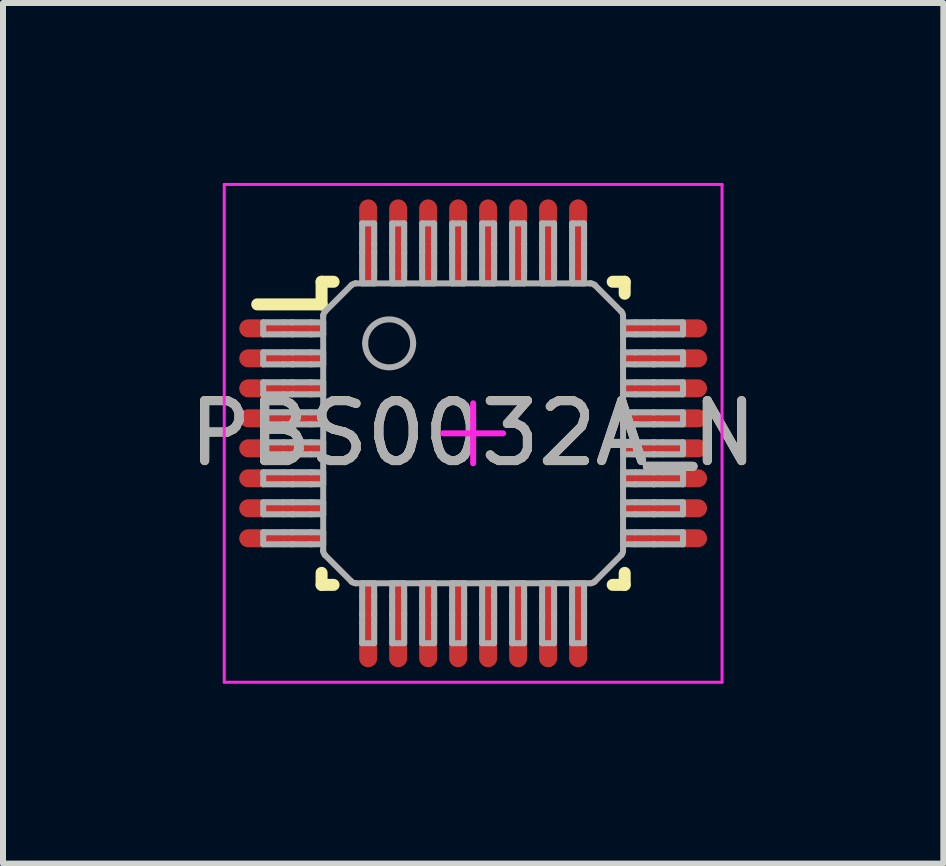
<source format=kicad_pcb>
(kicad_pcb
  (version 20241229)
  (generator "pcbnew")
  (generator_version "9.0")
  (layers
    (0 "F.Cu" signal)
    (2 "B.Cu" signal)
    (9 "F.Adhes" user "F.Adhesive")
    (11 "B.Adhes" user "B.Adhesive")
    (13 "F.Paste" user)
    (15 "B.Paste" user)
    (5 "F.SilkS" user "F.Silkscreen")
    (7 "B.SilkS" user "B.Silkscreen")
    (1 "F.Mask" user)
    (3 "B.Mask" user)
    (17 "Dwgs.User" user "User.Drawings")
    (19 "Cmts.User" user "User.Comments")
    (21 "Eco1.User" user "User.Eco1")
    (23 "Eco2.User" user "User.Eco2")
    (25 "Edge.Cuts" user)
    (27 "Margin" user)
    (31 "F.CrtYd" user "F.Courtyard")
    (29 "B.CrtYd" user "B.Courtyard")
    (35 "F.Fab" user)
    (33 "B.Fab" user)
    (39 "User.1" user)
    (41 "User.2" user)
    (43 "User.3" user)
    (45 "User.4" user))
  (footprint "PBS0032A_N"
    (layer "F.Cu")
    (at 4.839 4.175)
    (property "Reference" "PBS0032A_N" (at 0 0 0) (unlocked yes) (layer "F.SilkS") (effects (font (size 1 1) (thickness 0.15))))
    (attr smd)
    (fp_line (start -3.6 -2.15) (end -2.527 -2.15) (stroke (width 0.2) (type solid)) (layer "F.SilkS"))
    (fp_line (start -2.527 -2.527) (end -2.327 -2.527) (stroke (width 0.2) (type solid)) (layer "F.SilkS"))
    (fp_line (start -2.527 -2.15) (end -2.527 -2.527) (stroke (width 0.2) (type solid)) (layer "F.SilkS"))
    (fp_line (start -2.527 2.527) (end -2.527 2.327) (stroke (width 0.2) (type solid)) (layer "F.SilkS"))
    (fp_line (start -2.527 2.527) (end -2.327 2.527) (stroke (width 0.2) (type solid)) (layer "F.SilkS"))
    (fp_line (start 2.327 -2.527) (end 2.527 -2.527) (stroke (width 0.2) (type solid)) (layer "F.SilkS"))
    (fp_line (start 2.327 2.527) (end 2.527 2.527) (stroke (width 0.2) (type solid)) (layer "F.SilkS"))
    (fp_line (start 2.527 -2.327) (end 2.527 -2.527) (stroke (width 0.2) (type solid)) (layer "F.SilkS"))
    (fp_line (start 2.527 2.527) (end 2.527 2.327) (stroke (width 0.2) (type solid)) (layer "F.SilkS"))
    (fp_line (start -4.15 -4.15) (end 4.15 -4.15) (stroke (width 0.05) (type solid)) (layer "F.CrtYd"))
    (fp_line (start -4.15 4.15) (end -4.15 -4.15) (stroke (width 0.05) (type solid)) (layer "F.CrtYd"))
    (fp_line (start -4.15 4.15) (end 4.15 4.15) (stroke (width 0.05) (type solid)) (layer "F.CrtYd"))
    (fp_line (start -0.5 0.000003) (end 0.5 0.000003) (stroke (width 0.1) (type solid)) (layer "F.CrtYd"))
    (fp_line (start 0 0.5) (end 0 -0.5) (stroke (width 0.1) (type solid)) (layer "F.CrtYd"))
    (fp_line (start 4.15 4.15) (end 4.15 -4.15) (stroke (width 0.05) (type solid)) (layer "F.CrtYd"))
    (fp_line (start -3.5 -1.85) (end -3.16 -1.85) (stroke (width 0.1) (type solid)) (layer "F.Fab"))
    (fp_line (start -3.5 -1.65) (end -3.5 -1.85) (stroke (width 0.1) (type solid)) (layer "F.Fab"))
    (fp_line (start -3.5 -1.65) (end -3.16 -1.65) (stroke (width 0.1) (type solid)) (layer "F.Fab"))
    (fp_line (start -3.5 -1.35) (end -3.16 -1.35) (stroke (width 0.1) (type solid)) (layer "F.Fab"))
    (fp_line (start -3.5 -1.15) (end -3.5 -1.35) (stroke (width 0.1) (type solid)) (layer "F.Fab"))
    (fp_line (start -3.5 -1.15) (end -3.16 -1.15) (stroke (width 0.1) (type solid)) (layer "F.Fab"))
    (fp_line (start -3.5 -0.85) (end -3.16 -0.85) (stroke (width 0.1) (type solid)) (layer "F.Fab"))
    (fp_line (start -3.5 -0.65) (end -3.5 -0.85) (stroke (width 0.1) (type solid)) (layer "F.Fab"))
    (fp_line (start -3.5 -0.65) (end -3.16 -0.65) (stroke (width 0.1) (type solid)) (layer "F.Fab"))
    (fp_line (start -3.5 -0.35) (end -3.16 -0.35) (stroke (width 0.1) (type solid)) (layer "F.Fab"))
    (fp_line (start -3.5 -0.15) (end -3.5 -0.35) (stroke (width 0.1) (type solid)) (layer "F.Fab"))
    (fp_line (start -3.5 -0.15) (end -3.16 -0.15) (stroke (width 0.1) (type solid)) (layer "F.Fab"))
    (fp_line (start -3.5 0.15) (end -3.16 0.15) (stroke (width 0.1) (type solid)) (layer "F.Fab"))
    (fp_line (start -3.5 0.35) (end -3.5 0.15) (stroke (width 0.1) (type solid)) (layer "F.Fab"))
    (fp_line (start -3.5 0.35) (end -3.16 0.35) (stroke (width 0.1) (type solid)) (layer "F.Fab"))
    (fp_line (start -3.5 0.65) (end -3.16 0.65) (stroke (width 0.1) (type solid)) (layer "F.Fab"))
    (fp_line (start -3.5 0.85) (end -3.5 0.65) (stroke (width 0.1) (type solid)) (layer "F.Fab"))
    (fp_line (start -3.5 0.85) (end -3.16 0.85) (stroke (width 0.1) (type solid)) (layer "F.Fab"))
    (fp_line (start -3.5 1.15) (end -3.16 1.15) (stroke (width 0.1) (type solid)) (layer "F.Fab"))
    (fp_line (start -3.5 1.35) (end -3.5 1.15) (stroke (width 0.1) (type solid)) (layer "F.Fab"))
    (fp_line (start -3.5 1.35) (end -3.16 1.35) (stroke (width 0.1) (type solid)) (layer "F.Fab"))
    (fp_line (start -3.5 1.65) (end -3.16 1.65) (stroke (width 0.1) (type solid)) (layer "F.Fab"))
    (fp_line (start -3.5 1.85) (end -3.5 1.65) (stroke (width 0.1) (type solid)) (layer "F.Fab"))
    (fp_line (start -3.5 1.85) (end -3.16 1.85) (stroke (width 0.1) (type solid)) (layer "F.Fab"))
    (fp_line (start -3.16 -1.85) (end -3.023 -1.85) (stroke (width 0.1) (type solid)) (layer "F.Fab"))
    (fp_line (start -3.16 -1.65) (end -3.023 -1.65) (stroke (width 0.1) (type solid)) (layer "F.Fab"))
    (fp_line (start -3.16 -1.35) (end -3.023 -1.35) (stroke (width 0.1) (type solid)) (layer "F.Fab"))
    (fp_line (start -3.16 -1.15) (end -3.023 -1.15) (stroke (width 0.1) (type solid)) (layer "F.Fab"))
    (fp_line (start -3.16 -0.85) (end -3.023 -0.85) (stroke (width 0.1) (type solid)) (layer "F.Fab"))
    (fp_line (start -3.16 -0.65) (end -3.023 -0.65) (stroke (width 0.1) (type solid)) (layer "F.Fab"))
    (fp_line (start -3.16 -0.35) (end -3.023 -0.35) (stroke (width 0.1) (type solid)) (layer "F.Fab"))
    (fp_line (start -3.16 -0.15) (end -3.023 -0.15) (stroke (width 0.1) (type solid)) (layer "F.Fab"))
    (fp_line (start -3.16 0.15) (end -3.023 0.15) (stroke (width 0.1) (type solid)) (layer "F.Fab"))
    (fp_line (start -3.16 0.35) (end -3.023 0.35) (stroke (width 0.1) (type solid)) (layer "F.Fab"))
    (fp_line (start -3.16 0.65) (end -3.023 0.65) (stroke (width 0.1) (type solid)) (layer "F.Fab"))
    (fp_line (start -3.16 0.85) (end -3.023 0.85) (stroke (width 0.1) (type solid)) (layer "F.Fab"))
    (fp_line (start -3.16 1.15) (end -3.023 1.15) (stroke (width 0.1) (type solid)) (layer "F.Fab"))
    (fp_line (start -3.16 1.35) (end -3.023 1.35) (stroke (width 0.1) (type solid)) (layer "F.Fab"))
    (fp_line (start -3.16 1.65) (end -3.023 1.65) (stroke (width 0.1) (type solid)) (layer "F.Fab"))
    (fp_line (start -3.16 1.85) (end -3.023 1.85) (stroke (width 0.1) (type solid)) (layer "F.Fab"))
    (fp_line (start -3.023 -1.85) (end -3.002 -1.85) (stroke (width 0.1) (type solid)) (layer "F.Fab"))
    (fp_line (start -3.023 -1.65) (end -3.002 -1.65) (stroke (width 0.1) (type solid)) (layer "F.Fab"))
    (fp_line (start -3.023 -1.35) (end -3.002 -1.35) (stroke (width 0.1) (type solid)) (layer "F.Fab"))
    (fp_line (start -3.023 -1.15) (end -3.002 -1.15) (stroke (width 0.1) (type solid)) (layer "F.Fab"))
    (fp_line (start -3.023 -0.85) (end -3.002 -0.85) (stroke (width 0.1) (type solid)) (layer "F.Fab"))
    (fp_line (start -3.023 -0.65) (end -3.002 -0.65) (stroke (width 0.1) (type solid)) (layer "F.Fab"))
    (fp_line (start -3.023 -0.35) (end -3.002 -0.35) (stroke (width 0.1) (type solid)) (layer "F.Fab"))
    (fp_line (start -3.023 -0.15) (end -3.002 -0.15) (stroke (width 0.1) (type solid)) (layer "F.Fab"))
    (fp_line (start -3.023 0.15) (end -3.002 0.15) (stroke (width 0.1) (type solid)) (layer "F.Fab"))
    (fp_line (start -3.023 0.35) (end -3.002 0.35) (stroke (width 0.1) (type solid)) (layer "F.Fab"))
    (fp_line (start -3.023 0.65) (end -3.002 0.65) (stroke (width 0.1) (type solid)) (layer "F.Fab"))
    (fp_line (start -3.023 0.85) (end -3.002 0.85) (stroke (width 0.1) (type solid)) (layer "F.Fab"))
    (fp_line (start -3.023 1.15) (end -3.002 1.15) (stroke (width 0.1) (type solid)) (layer "F.Fab"))
    (fp_line (start -3.023 1.35) (end -3.002 1.35) (stroke (width 0.1) (type solid)) (layer "F.Fab"))
    (fp_line (start -3.023 1.65) (end -3.002 1.65) (stroke (width 0.1) (type solid)) (layer "F.Fab"))
    (fp_line (start -3.023 1.85) (end -3.002 1.85) (stroke (width 0.1) (type solid)) (layer "F.Fab"))
    (fp_line (start -3.002 -1.85) (end -2.706 -1.85) (stroke (width 0.1) (type solid)) (layer "F.Fab"))
    (fp_line (start -3.002 -1.65) (end -2.706 -1.65) (stroke (width 0.1) (type solid)) (layer "F.Fab"))
    (fp_line (start -3.002 -1.35) (end -2.706 -1.35) (stroke (width 0.1) (type solid)) (layer "F.Fab"))
    (fp_line (start -3.002 -1.15) (end -2.706 -1.15) (stroke (width 0.1) (type solid)) (layer "F.Fab"))
    (fp_line (start -3.002 -0.85) (end -2.706 -0.85) (stroke (width 0.1) (type solid)) (layer "F.Fab"))
    (fp_line (start -3.002 -0.65) (end -2.706 -0.65) (stroke (width 0.1) (type solid)) (layer "F.Fab"))
    (fp_line (start -3.002 -0.35) (end -2.706 -0.35) (stroke (width 0.1) (type solid)) (layer "F.Fab"))
    (fp_line (start -3.002 -0.15) (end -2.706 -0.15) (stroke (width 0.1) (type solid)) (layer "F.Fab"))
    (fp_line (start -3.002 0.15) (end -2.706 0.15) (stroke (width 0.1) (type solid)) (layer "F.Fab"))
    (fp_line (start -3.002 0.35) (end -2.706 0.35) (stroke (width 0.1) (type solid)) (layer "F.Fab"))
    (fp_line (start -3.002 0.65) (end -2.706 0.65) (stroke (width 0.1) (type solid)) (layer "F.Fab"))
    (fp_line (start -3.002 0.85) (end -2.706 0.85) (stroke (width 0.1) (type solid)) (layer "F.Fab"))
    (fp_line (start -3.002 1.15) (end -2.706 1.15) (stroke (width 0.1) (type solid)) (layer "F.Fab"))
    (fp_line (start -3.002 1.35) (end -2.706 1.35) (stroke (width 0.1) (type solid)) (layer "F.Fab"))
    (fp_line (start -3.002 1.65) (end -2.706 1.65) (stroke (width 0.1) (type solid)) (layer "F.Fab"))
    (fp_line (start -3.002 1.85) (end -2.706 1.85) (stroke (width 0.1) (type solid)) (layer "F.Fab"))
    (fp_line (start -2.706 -1.85) (end -2.5 -1.85) (stroke (width 0.1) (type solid)) (layer "F.Fab"))
    (fp_line (start -2.706 -1.65) (end -2.5 -1.65) (stroke (width 0.1) (type solid)) (layer "F.Fab"))
    (fp_line (start -2.706 -1.35) (end -2.5 -1.35) (stroke (width 0.1) (type solid)) (layer "F.Fab"))
    (fp_line (start -2.706 -1.15) (end -2.5 -1.15) (stroke (width 0.1) (type solid)) (layer "F.Fab"))
    (fp_line (start -2.706 -0.85) (end -2.5 -0.85) (stroke (width 0.1) (type solid)) (layer "F.Fab"))
    (fp_line (start -2.706 -0.65) (end -2.5 -0.65) (stroke (width 0.1) (type solid)) (layer "F.Fab"))
    (fp_line (start -2.706 -0.35) (end -2.5 -0.35) (stroke (width 0.1) (type solid)) (layer "F.Fab"))
    (fp_line (start -2.706 -0.15) (end -2.5 -0.15) (stroke (width 0.1) (type solid)) (layer "F.Fab"))
    (fp_line (start -2.706 0.15) (end -2.5 0.15) (stroke (width 0.1) (type solid)) (layer "F.Fab"))
    (fp_line (start -2.706 0.35) (end -2.5 0.35) (stroke (width 0.1) (type solid)) (layer "F.Fab"))
    (fp_line (start -2.706 0.65) (end -2.5 0.65) (stroke (width 0.1) (type solid)) (layer "F.Fab"))
    (fp_line (start -2.706 0.85) (end -2.5 0.85) (stroke (width 0.1) (type solid)) (layer "F.Fab"))
    (fp_line (start -2.706 1.15) (end -2.5 1.15) (stroke (width 0.1) (type solid)) (layer "F.Fab"))
    (fp_line (start -2.706 1.35) (end -2.5 1.35) (stroke (width 0.1) (type solid)) (layer "F.Fab"))
    (fp_line (start -2.706 1.65) (end -2.5 1.65) (stroke (width 0.1) (type solid)) (layer "F.Fab"))
    (fp_line (start -2.706 1.85) (end -2.5 1.85) (stroke (width 0.1) (type solid)) (layer "F.Fab"))
    (fp_line (start -2.5 -1.959) (end -2.5 -1.959) (stroke (width 0.1) (type solid)) (layer "F.Fab"))
    (fp_line (start -2.5 -1.65) (end -2.5 -1.85) (stroke (width 0.1) (type solid)) (layer "F.Fab"))
    (fp_line (start -2.5 -1.15) (end -2.5 -1.35) (stroke (width 0.1) (type solid)) (layer "F.Fab"))
    (fp_line (start -2.5 -0.65) (end -2.5 -0.85) (stroke (width 0.1) (type solid)) (layer "F.Fab"))
    (fp_line (start -2.5 -0.15) (end -2.5 -0.35) (stroke (width 0.1) (type solid)) (layer "F.Fab"))
    (fp_line (start -2.5 0.35) (end -2.5 0.15) (stroke (width 0.1) (type solid)) (layer "F.Fab"))
    (fp_line (start -2.5 0.85) (end -2.5 0.65) (stroke (width 0.1) (type solid)) (layer "F.Fab"))
    (fp_line (start -2.5 1.35) (end -2.5 1.15) (stroke (width 0.1) (type solid)) (layer "F.Fab"))
    (fp_line (start -2.5 1.85) (end -2.5 1.65) (stroke (width 0.1) (type solid)) (layer "F.Fab"))
    (fp_line (start -2.5 1.959) (end -2.5 -1.959) (stroke (width 0.1) (type solid)) (layer "F.Fab"))
    (fp_line (start -2.5 1.959) (end -2.5 1.959) (stroke (width 0.1) (type solid)) (layer "F.Fab"))
    (fp_line (start -2.471 -2.029) (end -2.471 -2.029) (stroke (width 0.1) (type solid)) (layer "F.Fab"))
    (fp_line (start -2.471 2.029) (end -2.471 2.029) (stroke (width 0.1) (type solid)) (layer "F.Fab"))
    (fp_line (start -2.471 -2.029) (end -2.029 -2.471) (stroke (width 0.1) (type solid)) (layer "F.Fab"))
    (fp_line (start -2.471 2.029) (end -2.029 2.471) (stroke (width 0.1) (type solid)) (layer "F.Fab"))
    (fp_line (start -2.029 -2.471) (end -2.029 -2.471) (stroke (width 0.1) (type solid)) (layer "F.Fab"))
    (fp_line (start -2.029 2.471) (end -2.029 2.471) (stroke (width 0.1) (type solid)) (layer "F.Fab"))
    (fp_line (start -1.959 -2.5) (end -1.959 -2.5) (stroke (width 0.1) (type solid)) (layer "F.Fab"))
    (fp_line (start -1.959 2.5) (end -1.959 2.5) (stroke (width 0.1) (type solid)) (layer "F.Fab"))
    (fp_line (start -1.959 -2.5) (end 1.959 -2.5) (stroke (width 0.1) (type solid)) (layer "F.Fab"))
    (fp_line (start -1.959 2.5) (end 1.959 2.5) (stroke (width 0.1) (type solid)) (layer "F.Fab"))
    (fp_line (start -1.85 -3.5) (end -1.65 -3.5) (stroke (width 0.1) (type solid)) (layer "F.Fab"))
    (fp_line (start -1.85 -3.16) (end -1.85 -3.5) (stroke (width 0.1) (type solid)) (layer "F.Fab"))
    (fp_line (start -1.85 -3.023) (end -1.85 -3.16) (stroke (width 0.1) (type solid)) (layer "F.Fab"))
    (fp_line (start -1.85 -3.002) (end -1.85 -3.023) (stroke (width 0.1) (type solid)) (layer "F.Fab"))
    (fp_line (start -1.85 -2.706) (end -1.85 -3.002) (stroke (width 0.1) (type solid)) (layer "F.Fab"))
    (fp_line (start -1.85 -2.5) (end -1.85 -2.706) (stroke (width 0.1) (type solid)) (layer "F.Fab"))
    (fp_line (start -1.85 -2.5) (end -1.65 -2.5) (stroke (width 0.1) (type solid)) (layer "F.Fab"))
    (fp_line (start -1.85 2.5) (end -1.65 2.5) (stroke (width 0.1) (type solid)) (layer "F.Fab"))
    (fp_line (start -1.85 2.706) (end -1.85 2.5) (stroke (width 0.1) (type solid)) (layer "F.Fab"))
    (fp_line (start -1.85 3.002) (end -1.85 2.706) (stroke (width 0.1) (type solid)) (layer "F.Fab"))
    (fp_line (start -1.85 3.023) (end -1.85 3.002) (stroke (width 0.1) (type solid)) (layer "F.Fab"))
    (fp_line (start -1.85 3.16) (end -1.85 3.023) (stroke (width 0.1) (type solid)) (layer "F.Fab"))
    (fp_line (start -1.85 3.5) (end -1.85 3.16) (stroke (width 0.1) (type solid)) (layer "F.Fab"))
    (fp_line (start -1.85 3.5) (end -1.65 3.5) (stroke (width 0.1) (type solid)) (layer "F.Fab"))
    (fp_line (start -1.65 -3.16) (end -1.65 -3.5) (stroke (width 0.1) (type solid)) (layer "F.Fab"))
    (fp_line (start -1.65 -3.023) (end -1.65 -3.16) (stroke (width 0.1) (type solid)) (layer "F.Fab"))
    (fp_line (start -1.65 -3.002) (end -1.65 -3.023) (stroke (width 0.1) (type solid)) (layer "F.Fab"))
    (fp_line (start -1.65 -2.706) (end -1.65 -3.002) (stroke (width 0.1) (type solid)) (layer "F.Fab"))
    (fp_line (start -1.65 -2.5) (end -1.65 -2.706) (stroke (width 0.1) (type solid)) (layer "F.Fab"))
    (fp_line (start -1.65 2.706) (end -1.65 2.5) (stroke (width 0.1) (type solid)) (layer "F.Fab"))
    (fp_line (start -1.65 3.002) (end -1.65 2.706) (stroke (width 0.1) (type solid)) (layer "F.Fab"))
    (fp_line (start -1.65 3.023) (end -1.65 3.002) (stroke (width 0.1) (type solid)) (layer "F.Fab"))
    (fp_line (start -1.65 3.16) (end -1.65 3.023) (stroke (width 0.1) (type solid)) (layer "F.Fab"))
    (fp_line (start -1.65 3.5) (end -1.65 3.16) (stroke (width 0.1) (type solid)) (layer "F.Fab"))
    (fp_line (start -1.35 -3.5) (end -1.15 -3.5) (stroke (width 0.1) (type solid)) (layer "F.Fab"))
    (fp_line (start -1.35 -3.16) (end -1.35 -3.5) (stroke (width 0.1) (type solid)) (layer "F.Fab"))
    (fp_line (start -1.35 -3.023) (end -1.35 -3.16) (stroke (width 0.1) (type solid)) (layer "F.Fab"))
    (fp_line (start -1.35 -3.002) (end -1.35 -3.023) (stroke (width 0.1) (type solid)) (layer "F.Fab"))
    (fp_line (start -1.35 -2.706) (end -1.35 -3.002) (stroke (width 0.1) (type solid)) (layer "F.Fab"))
    (fp_line (start -1.35 -2.5) (end -1.35 -2.706) (stroke (width 0.1) (type solid)) (layer "F.Fab"))
    (fp_line (start -1.35 -2.5) (end -1.15 -2.5) (stroke (width 0.1) (type solid)) (layer "F.Fab"))
    (fp_line (start -1.35 2.5) (end -1.15 2.5) (stroke (width 0.1) (type solid)) (layer "F.Fab"))
    (fp_line (start -1.35 2.706) (end -1.35 2.5) (stroke (width 0.1) (type solid)) (layer "F.Fab"))
    (fp_line (start -1.35 3.002) (end -1.35 2.706) (stroke (width 0.1) (type solid)) (layer "F.Fab"))
    (fp_line (start -1.35 3.023) (end -1.35 3.002) (stroke (width 0.1) (type solid)) (layer "F.Fab"))
    (fp_line (start -1.35 3.16) (end -1.35 3.023) (stroke (width 0.1) (type solid)) (layer "F.Fab"))
    (fp_line (start -1.35 3.5) (end -1.35 3.16) (stroke (width 0.1) (type solid)) (layer "F.Fab"))
    (fp_line (start -1.35 3.5) (end -1.15 3.5) (stroke (width 0.1) (type solid)) (layer "F.Fab"))
    (fp_line (start -1.15 -3.16) (end -1.15 -3.5) (stroke (width 0.1) (type solid)) (layer "F.Fab"))
    (fp_line (start -1.15 -3.023) (end -1.15 -3.16) (stroke (width 0.1) (type solid)) (layer "F.Fab"))
    (fp_line (start -1.15 -3.002) (end -1.15 -3.023) (stroke (width 0.1) (type solid)) (layer "F.Fab"))
    (fp_line (start -1.15 -2.706) (end -1.15 -3.002) (stroke (width 0.1) (type solid)) (layer "F.Fab"))
    (fp_line (start -1.15 -2.5) (end -1.15 -2.706) (stroke (width 0.1) (type solid)) (layer "F.Fab"))
    (fp_line (start -1.15 2.706) (end -1.15 2.5) (stroke (width 0.1) (type solid)) (layer "F.Fab"))
    (fp_line (start -1.15 3.002) (end -1.15 2.706) (stroke (width 0.1) (type solid)) (layer "F.Fab"))
    (fp_line (start -1.15 3.023) (end -1.15 3.002) (stroke (width 0.1) (type solid)) (layer "F.Fab"))
    (fp_line (start -1.15 3.16) (end -1.15 3.023) (stroke (width 0.1) (type solid)) (layer "F.Fab"))
    (fp_line (start -1.15 3.5) (end -1.15 3.16) (stroke (width 0.1) (type solid)) (layer "F.Fab"))
    (fp_line (start -0.85 -3.5) (end -0.65 -3.5) (stroke (width 0.1) (type solid)) (layer "F.Fab"))
    (fp_line (start -0.85 -3.16) (end -0.85 -3.5) (stroke (width 0.1) (type solid)) (layer "F.Fab"))
    (fp_line (start -0.85 -3.023) (end -0.85 -3.16) (stroke (width 0.1) (type solid)) (layer "F.Fab"))
    (fp_line (start -0.85 -3.002) (end -0.85 -3.023) (stroke (width 0.1) (type solid)) (layer "F.Fab"))
    (fp_line (start -0.85 -2.706) (end -0.85 -3.002) (stroke (width 0.1) (type solid)) (layer "F.Fab"))
    (fp_line (start -0.85 -2.5) (end -0.85 -2.706) (stroke (width 0.1) (type solid)) (layer "F.Fab"))
    (fp_line (start -0.85 -2.5) (end -0.65 -2.5) (stroke (width 0.1) (type solid)) (layer "F.Fab"))
    (fp_line (start -0.85 2.5) (end -0.65 2.5) (stroke (width 0.1) (type solid)) (layer "F.Fab"))
    (fp_line (start -0.85 2.706) (end -0.85 2.5) (stroke (width 0.1) (type solid)) (layer "F.Fab"))
    (fp_line (start -0.85 3.002) (end -0.85 2.706) (stroke (width 0.1) (type solid)) (layer "F.Fab"))
    (fp_line (start -0.85 3.023) (end -0.85 3.002) (stroke (width 0.1) (type solid)) (layer "F.Fab"))
    (fp_line (start -0.85 3.16) (end -0.85 3.023) (stroke (width 0.1) (type solid)) (layer "F.Fab"))
    (fp_line (start -0.85 3.5) (end -0.85 3.16) (stroke (width 0.1) (type solid)) (layer "F.Fab"))
    (fp_line (start -0.85 3.5) (end -0.65 3.5) (stroke (width 0.1) (type solid)) (layer "F.Fab"))
    (fp_line (start -0.65 -3.16) (end -0.65 -3.5) (stroke (width 0.1) (type solid)) (layer "F.Fab"))
    (fp_line (start -0.65 -3.023) (end -0.65 -3.16) (stroke (width 0.1) (type solid)) (layer "F.Fab"))
    (fp_line (start -0.65 -3.002) (end -0.65 -3.023) (stroke (width 0.1) (type solid)) (layer "F.Fab"))
    (fp_line (start -0.65 -2.706) (end -0.65 -3.002) (stroke (width 0.1) (type solid)) (layer "F.Fab"))
    (fp_line (start -0.65 -2.5) (end -0.65 -2.706) (stroke (width 0.1) (type solid)) (layer "F.Fab"))
    (fp_line (start -0.65 2.706) (end -0.65 2.5) (stroke (width 0.1) (type solid)) (layer "F.Fab"))
    (fp_line (start -0.65 3.002) (end -0.65 2.706) (stroke (width 0.1) (type solid)) (layer "F.Fab"))
    (fp_line (start -0.65 3.023) (end -0.65 3.002) (stroke (width 0.1) (type solid)) (layer "F.Fab"))
    (fp_line (start -0.65 3.16) (end -0.65 3.023) (stroke (width 0.1) (type solid)) (layer "F.Fab"))
    (fp_line (start -0.65 3.5) (end -0.65 3.16) (stroke (width 0.1) (type solid)) (layer "F.Fab"))
    (fp_line (start -0.35 -3.5) (end -0.15 -3.5) (stroke (width 0.1) (type solid)) (layer "F.Fab"))
    (fp_line (start -0.35 -3.16) (end -0.35 -3.5) (stroke (width 0.1) (type solid)) (layer "F.Fab"))
    (fp_line (start -0.35 -3.023) (end -0.35 -3.16) (stroke (width 0.1) (type solid)) (layer "F.Fab"))
    (fp_line (start -0.35 -3.002) (end -0.35 -3.023) (stroke (width 0.1) (type solid)) (layer "F.Fab"))
    (fp_line (start -0.35 -2.706) (end -0.35 -3.002) (stroke (width 0.1) (type solid)) (layer "F.Fab"))
    (fp_line (start -0.35 -2.5) (end -0.35 -2.706) (stroke (width 0.1) (type solid)) (layer "F.Fab"))
    (fp_line (start -0.35 -2.5) (end -0.15 -2.5) (stroke (width 0.1) (type solid)) (layer "F.Fab"))
    (fp_line (start -0.35 2.5) (end -0.15 2.5) (stroke (width 0.1) (type solid)) (layer "F.Fab"))
    (fp_line (start -0.35 2.706) (end -0.35 2.5) (stroke (width 0.1) (type solid)) (layer "F.Fab"))
    (fp_line (start -0.35 3.002) (end -0.35 2.706) (stroke (width 0.1) (type solid)) (layer "F.Fab"))
    (fp_line (start -0.35 3.023) (end -0.35 3.002) (stroke (width 0.1) (type solid)) (layer "F.Fab"))
    (fp_line (start -0.35 3.16) (end -0.35 3.023) (stroke (width 0.1) (type solid)) (layer "F.Fab"))
    (fp_line (start -0.35 3.5) (end -0.35 3.16) (stroke (width 0.1) (type solid)) (layer "F.Fab"))
    (fp_line (start -0.35 3.5) (end -0.15 3.5) (stroke (width 0.1) (type solid)) (layer "F.Fab"))
    (fp_line (start -0.15 -3.16) (end -0.15 -3.5) (stroke (width 0.1) (type solid)) (layer "F.Fab"))
    (fp_line (start -0.15 -3.023) (end -0.15 -3.16) (stroke (width 0.1) (type solid)) (layer "F.Fab"))
    (fp_line (start -0.15 -3.002) (end -0.15 -3.023) (stroke (width 0.1) (type solid)) (layer "F.Fab"))
    (fp_line (start -0.15 -2.706) (end -0.15 -3.002) (stroke (width 0.1) (type solid)) (layer "F.Fab"))
    (fp_line (start -0.15 -2.5) (end -0.15 -2.706) (stroke (width 0.1) (type solid)) (layer "F.Fab"))
    (fp_line (start -0.15 2.706) (end -0.15 2.5) (stroke (width 0.1) (type solid)) (layer "F.Fab"))
    (fp_line (start -0.15 3.002) (end -0.15 2.706) (stroke (width 0.1) (type solid)) (layer "F.Fab"))
    (fp_line (start -0.15 3.023) (end -0.15 3.002) (stroke (width 0.1) (type solid)) (layer "F.Fab"))
    (fp_line (start -0.15 3.16) (end -0.15 3.023) (stroke (width 0.1) (type solid)) (layer "F.Fab"))
    (fp_line (start -0.15 3.5) (end -0.15 3.16) (stroke (width 0.1) (type solid)) (layer "F.Fab"))
    (fp_line (start 0.15 -3.5) (end 0.35 -3.5) (stroke (width 0.1) (type solid)) (layer "F.Fab"))
    (fp_line (start 0.15 -3.16) (end 0.15 -3.5) (stroke (width 0.1) (type solid)) (layer "F.Fab"))
    (fp_line (start 0.15 -3.023) (end 0.15 -3.16) (stroke (width 0.1) (type solid)) (layer "F.Fab"))
    (fp_line (start 0.15 -3.002) (end 0.15 -3.023) (stroke (width 0.1) (type solid)) (layer "F.Fab"))
    (fp_line (start 0.15 -2.706) (end 0.15 -3.002) (stroke (width 0.1) (type solid)) (layer "F.Fab"))
    (fp_line (start 0.15 -2.5) (end 0.15 -2.706) (stroke (width 0.1) (type solid)) (layer "F.Fab"))
    (fp_line (start 0.15 -2.5) (end 0.35 -2.5) (stroke (width 0.1) (type solid)) (layer "F.Fab"))
    (fp_line (start 0.15 2.5) (end 0.35 2.5) (stroke (width 0.1) (type solid)) (layer "F.Fab"))
    (fp_line (start 0.15 2.706) (end 0.15 2.5) (stroke (width 0.1) (type solid)) (layer "F.Fab"))
    (fp_line (start 0.15 3.002) (end 0.15 2.706) (stroke (width 0.1) (type solid)) (layer "F.Fab"))
    (fp_line (start 0.15 3.023) (end 0.15 3.002) (stroke (width 0.1) (type solid)) (layer "F.Fab"))
    (fp_line (start 0.15 3.16) (end 0.15 3.023) (stroke (width 0.1) (type solid)) (layer "F.Fab"))
    (fp_line (start 0.15 3.5) (end 0.15 3.16) (stroke (width 0.1) (type solid)) (layer "F.Fab"))
    (fp_line (start 0.15 3.5) (end 0.35 3.5) (stroke (width 0.1) (type solid)) (layer "F.Fab"))
    (fp_line (start 0.35 -3.16) (end 0.35 -3.5) (stroke (width 0.1) (type solid)) (layer "F.Fab"))
    (fp_line (start 0.35 -3.023) (end 0.35 -3.16) (stroke (width 0.1) (type solid)) (layer "F.Fab"))
    (fp_line (start 0.35 -3.002) (end 0.35 -3.023) (stroke (width 0.1) (type solid)) (layer "F.Fab"))
    (fp_line (start 0.35 -2.706) (end 0.35 -3.002) (stroke (width 0.1) (type solid)) (layer "F.Fab"))
    (fp_line (start 0.35 -2.5) (end 0.35 -2.706) (stroke (width 0.1) (type solid)) (layer "F.Fab"))
    (fp_line (start 0.35 2.706) (end 0.35 2.5) (stroke (width 0.1) (type solid)) (layer "F.Fab"))
    (fp_line (start 0.35 3.002) (end 0.35 2.706) (stroke (width 0.1) (type solid)) (layer "F.Fab"))
    (fp_line (start 0.35 3.023) (end 0.35 3.002) (stroke (width 0.1) (type solid)) (layer "F.Fab"))
    (fp_line (start 0.35 3.16) (end 0.35 3.023) (stroke (width 0.1) (type solid)) (layer "F.Fab"))
    (fp_line (start 0.35 3.5) (end 0.35 3.16) (stroke (width 0.1) (type solid)) (layer "F.Fab"))
    (fp_line (start 0.65 -3.5) (end 0.85 -3.5) (stroke (width 0.1) (type solid)) (layer "F.Fab"))
    (fp_line (start 0.65 -3.16) (end 0.65 -3.5) (stroke (width 0.1) (type solid)) (layer "F.Fab"))
    (fp_line (start 0.65 -3.023) (end 0.65 -3.16) (stroke (width 0.1) (type solid)) (layer "F.Fab"))
    (fp_line (start 0.65 -3.002) (end 0.65 -3.023) (stroke (width 0.1) (type solid)) (layer "F.Fab"))
    (fp_line (start 0.65 -2.706) (end 0.65 -3.002) (stroke (width 0.1) (type solid)) (layer "F.Fab"))
    (fp_line (start 0.65 -2.5) (end 0.65 -2.706) (stroke (width 0.1) (type solid)) (layer "F.Fab"))
    (fp_line (start 0.65 -2.5) (end 0.85 -2.5) (stroke (width 0.1) (type solid)) (layer "F.Fab"))
    (fp_line (start 0.65 2.5) (end 0.85 2.5) (stroke (width 0.1) (type solid)) (layer "F.Fab"))
    (fp_line (start 0.65 2.706) (end 0.65 2.5) (stroke (width 0.1) (type solid)) (layer "F.Fab"))
    (fp_line (start 0.65 3.002) (end 0.65 2.706) (stroke (width 0.1) (type solid)) (layer "F.Fab"))
    (fp_line (start 0.65 3.023) (end 0.65 3.002) (stroke (width 0.1) (type solid)) (layer "F.Fab"))
    (fp_line (start 0.65 3.16) (end 0.65 3.023) (stroke (width 0.1) (type solid)) (layer "F.Fab"))
    (fp_line (start 0.65 3.5) (end 0.65 3.16) (stroke (width 0.1) (type solid)) (layer "F.Fab"))
    (fp_line (start 0.65 3.5) (end 0.85 3.5) (stroke (width 0.1) (type solid)) (layer "F.Fab"))
    (fp_line (start 0.85 -3.16) (end 0.85 -3.5) (stroke (width 0.1) (type solid)) (layer "F.Fab"))
    (fp_line (start 0.85 -3.023) (end 0.85 -3.16) (stroke (width 0.1) (type solid)) (layer "F.Fab"))
    (fp_line (start 0.85 -3.002) (end 0.85 -3.023) (stroke (width 0.1) (type solid)) (layer "F.Fab"))
    (fp_line (start 0.85 -2.706) (end 0.85 -3.002) (stroke (width 0.1) (type solid)) (layer "F.Fab"))
    (fp_line (start 0.85 -2.5) (end 0.85 -2.706) (stroke (width 0.1) (type solid)) (layer "F.Fab"))
    (fp_line (start 0.85 2.706) (end 0.85 2.5) (stroke (width 0.1) (type solid)) (layer "F.Fab"))
    (fp_line (start 0.85 3.002) (end 0.85 2.706) (stroke (width 0.1) (type solid)) (layer "F.Fab"))
    (fp_line (start 0.85 3.023) (end 0.85 3.002) (stroke (width 0.1) (type solid)) (layer "F.Fab"))
    (fp_line (start 0.85 3.16) (end 0.85 3.023) (stroke (width 0.1) (type solid)) (layer "F.Fab"))
    (fp_line (start 0.85 3.5) (end 0.85 3.16) (stroke (width 0.1) (type solid)) (layer "F.Fab"))
    (fp_line (start 1.15 -3.5) (end 1.35 -3.5) (stroke (width 0.1) (type solid)) (layer "F.Fab"))
    (fp_line (start 1.15 -3.16) (end 1.15 -3.5) (stroke (width 0.1) (type solid)) (layer "F.Fab"))
    (fp_line (start 1.15 -3.023) (end 1.15 -3.16) (stroke (width 0.1) (type solid)) (layer "F.Fab"))
    (fp_line (start 1.15 -3.002) (end 1.15 -3.023) (stroke (width 0.1) (type solid)) (layer "F.Fab"))
    (fp_line (start 1.15 -2.706) (end 1.15 -3.002) (stroke (width 0.1) (type solid)) (layer "F.Fab"))
    (fp_line (start 1.15 -2.5) (end 1.15 -2.706) (stroke (width 0.1) (type solid)) (layer "F.Fab"))
    (fp_line (start 1.15 -2.5) (end 1.35 -2.5) (stroke (width 0.1) (type solid)) (layer "F.Fab"))
    (fp_line (start 1.15 2.5) (end 1.35 2.5) (stroke (width 0.1) (type solid)) (layer "F.Fab"))
    (fp_line (start 1.15 2.706) (end 1.15 2.5) (stroke (width 0.1) (type solid)) (layer "F.Fab"))
    (fp_line (start 1.15 3.002) (end 1.15 2.706) (stroke (width 0.1) (type solid)) (layer "F.Fab"))
    (fp_line (start 1.15 3.023) (end 1.15 3.002) (stroke (width 0.1) (type solid)) (layer "F.Fab"))
    (fp_line (start 1.15 3.16) (end 1.15 3.023) (stroke (width 0.1) (type solid)) (layer "F.Fab"))
    (fp_line (start 1.15 3.5) (end 1.15 3.16) (stroke (width 0.1) (type solid)) (layer "F.Fab"))
    (fp_line (start 1.15 3.5) (end 1.35 3.5) (stroke (width 0.1) (type solid)) (layer "F.Fab"))
    (fp_line (start 1.35 -3.16) (end 1.35 -3.5) (stroke (width 0.1) (type solid)) (layer "F.Fab"))
    (fp_line (start 1.35 -3.023) (end 1.35 -3.16) (stroke (width 0.1) (type solid)) (layer "F.Fab"))
    (fp_line (start 1.35 -3.002) (end 1.35 -3.023) (stroke (width 0.1) (type solid)) (layer "F.Fab"))
    (fp_line (start 1.35 -2.706) (end 1.35 -3.002) (stroke (width 0.1) (type solid)) (layer "F.Fab"))
    (fp_line (start 1.35 -2.5) (end 1.35 -2.706) (stroke (width 0.1) (type solid)) (layer "F.Fab"))
    (fp_line (start 1.35 2.706) (end 1.35 2.5) (stroke (width 0.1) (type solid)) (layer "F.Fab"))
    (fp_line (start 1.35 3.002) (end 1.35 2.706) (stroke (width 0.1) (type solid)) (layer "F.Fab"))
    (fp_line (start 1.35 3.023) (end 1.35 3.002) (stroke (width 0.1) (type solid)) (layer "F.Fab"))
    (fp_line (start 1.35 3.16) (end 1.35 3.023) (stroke (width 0.1) (type solid)) (layer "F.Fab"))
    (fp_line (start 1.35 3.5) (end 1.35 3.16) (stroke (width 0.1) (type solid)) (layer "F.Fab"))
    (fp_line (start 1.65 -3.5) (end 1.85 -3.5) (stroke (width 0.1) (type solid)) (layer "F.Fab"))
    (fp_line (start 1.65 -3.16) (end 1.65 -3.5) (stroke (width 0.1) (type solid)) (layer "F.Fab"))
    (fp_line (start 1.65 -3.023) (end 1.65 -3.16) (stroke (width 0.1) (type solid)) (layer "F.Fab"))
    (fp_line (start 1.65 -3.002) (end 1.65 -3.023) (stroke (width 0.1) (type solid)) (layer "F.Fab"))
    (fp_line (start 1.65 -2.706) (end 1.65 -3.002) (stroke (width 0.1) (type solid)) (layer "F.Fab"))
    (fp_line (start 1.65 -2.5) (end 1.65 -2.706) (stroke (width 0.1) (type solid)) (layer "F.Fab"))
    (fp_line (start 1.65 -2.5) (end 1.85 -2.5) (stroke (width 0.1) (type solid)) (layer "F.Fab"))
    (fp_line (start 1.65 2.5) (end 1.85 2.5) (stroke (width 0.1) (type solid)) (layer "F.Fab"))
    (fp_line (start 1.65 2.706) (end 1.65 2.5) (stroke (width 0.1) (type solid)) (layer "F.Fab"))
    (fp_line (start 1.65 3.002) (end 1.65 2.706) (stroke (width 0.1) (type solid)) (layer "F.Fab"))
    (fp_line (start 1.65 3.023) (end 1.65 3.002) (stroke (width 0.1) (type solid)) (layer "F.Fab"))
    (fp_line (start 1.65 3.16) (end 1.65 3.023) (stroke (width 0.1) (type solid)) (layer "F.Fab"))
    (fp_line (start 1.65 3.5) (end 1.65 3.16) (stroke (width 0.1) (type solid)) (layer "F.Fab"))
    (fp_line (start 1.65 3.5) (end 1.85 3.5) (stroke (width 0.1) (type solid)) (layer "F.Fab"))
    (fp_line (start 1.85 -3.16) (end 1.85 -3.5) (stroke (width 0.1) (type solid)) (layer "F.Fab"))
    (fp_line (start 1.85 -3.023) (end 1.85 -3.16) (stroke (width 0.1) (type solid)) (layer "F.Fab"))
    (fp_line (start 1.85 -3.002) (end 1.85 -3.023) (stroke (width 0.1) (type solid)) (layer "F.Fab"))
    (fp_line (start 1.85 -2.706) (end 1.85 -3.002) (stroke (width 0.1) (type solid)) (layer "F.Fab"))
    (fp_line (start 1.85 -2.5) (end 1.85 -2.706) (stroke (width 0.1) (type solid)) (layer "F.Fab"))
    (fp_line (start 1.85 2.706) (end 1.85 2.5) (stroke (width 0.1) (type solid)) (layer "F.Fab"))
    (fp_line (start 1.85 3.002) (end 1.85 2.706) (stroke (width 0.1) (type solid)) (layer "F.Fab"))
    (fp_line (start 1.85 3.023) (end 1.85 3.002) (stroke (width 0.1) (type solid)) (layer "F.Fab"))
    (fp_line (start 1.85 3.16) (end 1.85 3.023) (stroke (width 0.1) (type solid)) (layer "F.Fab"))
    (fp_line (start 1.85 3.5) (end 1.85 3.16) (stroke (width 0.1) (type solid)) (layer "F.Fab"))
    (fp_line (start 1.959 -2.5) (end 1.959 -2.5) (stroke (width 0.1) (type solid)) (layer "F.Fab"))
    (fp_line (start 1.959 2.5) (end 1.959 2.5) (stroke (width 0.1) (type solid)) (layer "F.Fab"))
    (fp_line (start 2.029 -2.471) (end 2.029 -2.471) (stroke (width 0.1) (type solid)) (layer "F.Fab"))
    (fp_line (start 2.029 2.471) (end 2.029 2.471) (stroke (width 0.1) (type solid)) (layer "F.Fab"))
    (fp_line (start 2.029 -2.471) (end 2.471 -2.029) (stroke (width 0.1) (type solid)) (layer "F.Fab"))
    (fp_line (start 2.029 2.471) (end 2.471 2.029) (stroke (width 0.1) (type solid)) (layer "F.Fab"))
    (fp_line (start 2.471 -2.029) (end 2.471 -2.029) (stroke (width 0.1) (type solid)) (layer "F.Fab"))
    (fp_line (start 2.471 2.029) (end 2.471 2.029) (stroke (width 0.1) (type solid)) (layer "F.Fab"))
    (fp_line (start 2.5 -1.959) (end 2.5 -1.959) (stroke (width 0.1) (type solid)) (layer "F.Fab"))
    (fp_line (start 2.5 1.959) (end 2.5 1.959) (stroke (width 0.1) (type solid)) (layer "F.Fab"))
    (fp_line (start 2.5 -1.85) (end 2.706 -1.85) (stroke (width 0.1) (type solid)) (layer "F.Fab"))
    (fp_line (start 2.5 -1.65) (end 2.5 -1.85) (stroke (width 0.1) (type solid)) (layer "F.Fab"))
    (fp_line (start 2.5 -1.65) (end 2.706 -1.65) (stroke (width 0.1) (type solid)) (layer "F.Fab"))
    (fp_line (start 2.5 -1.35) (end 2.706 -1.35) (stroke (width 0.1) (type solid)) (layer "F.Fab"))
    (fp_line (start 2.5 -1.15) (end 2.5 -1.35) (stroke (width 0.1) (type solid)) (layer "F.Fab"))
    (fp_line (start 2.5 -1.15) (end 2.706 -1.15) (stroke (width 0.1) (type solid)) (layer "F.Fab"))
    (fp_line (start 2.5 -0.85) (end 2.706 -0.85) (stroke (width 0.1) (type solid)) (layer "F.Fab"))
    (fp_line (start 2.5 -0.65) (end 2.5 -0.85) (stroke (width 0.1) (type solid)) (layer "F.Fab"))
    (fp_line (start 2.5 -0.65) (end 2.706 -0.65) (stroke (width 0.1) (type solid)) (layer "F.Fab"))
    (fp_line (start 2.5 -0.35) (end 2.706 -0.35) (stroke (width 0.1) (type solid)) (layer "F.Fab"))
    (fp_line (start 2.5 -0.15) (end 2.5 -0.35) (stroke (width 0.1) (type solid)) (layer "F.Fab"))
    (fp_line (start 2.5 -0.15) (end 2.706 -0.15) (stroke (width 0.1) (type solid)) (layer "F.Fab"))
    (fp_line (start 2.5 0.15) (end 2.706 0.15) (stroke (width 0.1) (type solid)) (layer "F.Fab"))
    (fp_line (start 2.5 0.35) (end 2.5 0.15) (stroke (width 0.1) (type solid)) (layer "F.Fab"))
    (fp_line (start 2.5 0.35) (end 2.706 0.35) (stroke (width 0.1) (type solid)) (layer "F.Fab"))
    (fp_line (start 2.5 0.65) (end 2.706 0.65) (stroke (width 0.1) (type solid)) (layer "F.Fab"))
    (fp_line (start 2.5 0.85) (end 2.5 0.65) (stroke (width 0.1) (type solid)) (layer "F.Fab"))
    (fp_line (start 2.5 0.85) (end 2.706 0.85) (stroke (width 0.1) (type solid)) (layer "F.Fab"))
    (fp_line (start 2.5 1.15) (end 2.706 1.15) (stroke (width 0.1) (type solid)) (layer "F.Fab"))
    (fp_line (start 2.5 1.35) (end 2.5 1.15) (stroke (width 0.1) (type solid)) (layer "F.Fab"))
    (fp_line (start 2.5 1.35) (end 2.706 1.35) (stroke (width 0.1) (type solid)) (layer "F.Fab"))
    (fp_line (start 2.5 1.65) (end 2.706 1.65) (stroke (width 0.1) (type solid)) (layer "F.Fab"))
    (fp_line (start 2.5 1.85) (end 2.5 1.65) (stroke (width 0.1) (type solid)) (layer "F.Fab"))
    (fp_line (start 2.5 1.85) (end 2.706 1.85) (stroke (width 0.1) (type solid)) (layer "F.Fab"))
    (fp_line (start 2.5 1.959) (end 2.5 -1.959) (stroke (width 0.1) (type solid)) (layer "F.Fab"))
    (fp_line (start 2.706 -1.85) (end 3.002 -1.85) (stroke (width 0.1) (type solid)) (layer "F.Fab"))
    (fp_line (start 2.706 -1.65) (end 3.002 -1.65) (stroke (width 0.1) (type solid)) (layer "F.Fab"))
    (fp_line (start 2.706 -1.35) (end 3.002 -1.35) (stroke (width 0.1) (type solid)) (layer "F.Fab"))
    (fp_line (start 2.706 -1.15) (end 3.002 -1.15) (stroke (width 0.1) (type solid)) (layer "F.Fab"))
    (fp_line (start 2.706 -0.85) (end 3.002 -0.85) (stroke (width 0.1) (type solid)) (layer "F.Fab"))
    (fp_line (start 2.706 -0.65) (end 3.002 -0.65) (stroke (width 0.1) (type solid)) (layer "F.Fab"))
    (fp_line (start 2.706 -0.35) (end 3.002 -0.35) (stroke (width 0.1) (type solid)) (layer "F.Fab"))
    (fp_line (start 2.706 -0.15) (end 3.002 -0.15) (stroke (width 0.1) (type solid)) (layer "F.Fab"))
    (fp_line (start 2.706 0.15) (end 3.002 0.15) (stroke (width 0.1) (type solid)) (layer "F.Fab"))
    (fp_line (start 2.706 0.35) (end 3.002 0.35) (stroke (width 0.1) (type solid)) (layer "F.Fab"))
    (fp_line (start 2.706 0.65) (end 3.002 0.65) (stroke (width 0.1) (type solid)) (layer "F.Fab"))
    (fp_line (start 2.706 0.85) (end 3.002 0.85) (stroke (width 0.1) (type solid)) (layer "F.Fab"))
    (fp_line (start 2.706 1.15) (end 3.002 1.15) (stroke (width 0.1) (type solid)) (layer "F.Fab"))
    (fp_line (start 2.706 1.35) (end 3.002 1.35) (stroke (width 0.1) (type solid)) (layer "F.Fab"))
    (fp_line (start 2.706 1.65) (end 3.002 1.65) (stroke (width 0.1) (type solid)) (layer "F.Fab"))
    (fp_line (start 2.706 1.85) (end 3.002 1.85) (stroke (width 0.1) (type solid)) (layer "F.Fab"))
    (fp_line (start 3.002 -1.85) (end 3.023 -1.85) (stroke (width 0.1) (type solid)) (layer "F.Fab"))
    (fp_line (start 3.002 -1.65) (end 3.023 -1.65) (stroke (width 0.1) (type solid)) (layer "F.Fab"))
    (fp_line (start 3.002 -1.35) (end 3.023 -1.35) (stroke (width 0.1) (type solid)) (layer "F.Fab"))
    (fp_line (start 3.002 -1.15) (end 3.023 -1.15) (stroke (width 0.1) (type solid)) (layer "F.Fab"))
    (fp_line (start 3.002 -0.85) (end 3.023 -0.85) (stroke (width 0.1) (type solid)) (layer "F.Fab"))
    (fp_line (start 3.002 -0.65) (end 3.023 -0.65) (stroke (width 0.1) (type solid)) (layer "F.Fab"))
    (fp_line (start 3.002 -0.35) (end 3.023 -0.35) (stroke (width 0.1) (type solid)) (layer "F.Fab"))
    (fp_line (start 3.002 -0.15) (end 3.023 -0.15) (stroke (width 0.1) (type solid)) (layer "F.Fab"))
    (fp_line (start 3.002 0.15) (end 3.023 0.15) (stroke (width 0.1) (type solid)) (layer "F.Fab"))
    (fp_line (start 3.002 0.35) (end 3.023 0.35) (stroke (width 0.1) (type solid)) (layer "F.Fab"))
    (fp_line (start 3.002 0.65) (end 3.023 0.65) (stroke (width 0.1) (type solid)) (layer "F.Fab"))
    (fp_line (start 3.002 0.85) (end 3.023 0.85) (stroke (width 0.1) (type solid)) (layer "F.Fab"))
    (fp_line (start 3.002 1.15) (end 3.023 1.15) (stroke (width 0.1) (type solid)) (layer "F.Fab"))
    (fp_line (start 3.002 1.35) (end 3.023 1.35) (stroke (width 0.1) (type solid)) (layer "F.Fab"))
    (fp_line (start 3.002 1.65) (end 3.023 1.65) (stroke (width 0.1) (type solid)) (layer "F.Fab"))
    (fp_line (start 3.002 1.85) (end 3.023 1.85) (stroke (width 0.1) (type solid)) (layer "F.Fab"))
    (fp_line (start 3.023 -1.85) (end 3.16 -1.85) (stroke (width 0.1) (type solid)) (layer "F.Fab"))
    (fp_line (start 3.023 -1.65) (end 3.16 -1.65) (stroke (width 0.1) (type solid)) (layer "F.Fab"))
    (fp_line (start 3.023 -1.35) (end 3.16 -1.35) (stroke (width 0.1) (type solid)) (layer "F.Fab"))
    (fp_line (start 3.023 -1.15) (end 3.16 -1.15) (stroke (width 0.1) (type solid)) (layer "F.Fab"))
    (fp_line (start 3.023 -0.85) (end 3.16 -0.85) (stroke (width 0.1) (type solid)) (layer "F.Fab"))
    (fp_line (start 3.023 -0.65) (end 3.16 -0.65) (stroke (width 0.1) (type solid)) (layer "F.Fab"))
    (fp_line (start 3.023 -0.35) (end 3.16 -0.35) (stroke (width 0.1) (type solid)) (layer "F.Fab"))
    (fp_line (start 3.023 -0.15) (end 3.16 -0.15) (stroke (width 0.1) (type solid)) (layer "F.Fab"))
    (fp_line (start 3.023 0.15) (end 3.16 0.15) (stroke (width 0.1) (type solid)) (layer "F.Fab"))
    (fp_line (start 3.023 0.35) (end 3.16 0.35) (stroke (width 0.1) (type solid)) (layer "F.Fab"))
    (fp_line (start 3.023 0.65) (end 3.16 0.65) (stroke (width 0.1) (type solid)) (layer "F.Fab"))
    (fp_line (start 3.023 0.85) (end 3.16 0.85) (stroke (width 0.1) (type solid)) (layer "F.Fab"))
    (fp_line (start 3.023 1.15) (end 3.16 1.15) (stroke (width 0.1) (type solid)) (layer "F.Fab"))
    (fp_line (start 3.023 1.35) (end 3.16 1.35) (stroke (width 0.1) (type solid)) (layer "F.Fab"))
    (fp_line (start 3.023 1.65) (end 3.16 1.65) (stroke (width 0.1) (type solid)) (layer "F.Fab"))
    (fp_line (start 3.023 1.85) (end 3.16 1.85) (stroke (width 0.1) (type solid)) (layer "F.Fab"))
    (fp_line (start 3.16 -1.85) (end 3.5 -1.85) (stroke (width 0.1) (type solid)) (layer "F.Fab"))
    (fp_line (start 3.16 -1.65) (end 3.5 -1.65) (stroke (width 0.1) (type solid)) (layer "F.Fab"))
    (fp_line (start 3.16 -1.35) (end 3.5 -1.35) (stroke (width 0.1) (type solid)) (layer "F.Fab"))
    (fp_line (start 3.16 -1.15) (end 3.5 -1.15) (stroke (width 0.1) (type solid)) (layer "F.Fab"))
    (fp_line (start 3.16 -0.85) (end 3.5 -0.85) (stroke (width 0.1) (type solid)) (layer "F.Fab"))
    (fp_line (start 3.16 -0.65) (end 3.5 -0.65) (stroke (width 0.1) (type solid)) (layer "F.Fab"))
    (fp_line (start 3.16 -0.35) (end 3.5 -0.35) (stroke (width 0.1) (type solid)) (layer "F.Fab"))
    (fp_line (start 3.16 -0.15) (end 3.5 -0.15) (stroke (width 0.1) (type solid)) (layer "F.Fab"))
    (fp_line (start 3.16 0.15) (end 3.5 0.15) (stroke (width 0.1) (type solid)) (layer "F.Fab"))
    (fp_line (start 3.16 0.35) (end 3.5 0.35) (stroke (width 0.1) (type solid)) (layer "F.Fab"))
    (fp_line (start 3.16 0.65) (end 3.5 0.65) (stroke (width 0.1) (type solid)) (layer "F.Fab"))
    (fp_line (start 3.16 0.85) (end 3.5 0.85) (stroke (width 0.1) (type solid)) (layer "F.Fab"))
    (fp_line (start 3.16 1.15) (end 3.5 1.15) (stroke (width 0.1) (type solid)) (layer "F.Fab"))
    (fp_line (start 3.16 1.35) (end 3.5 1.35) (stroke (width 0.1) (type solid)) (layer "F.Fab"))
    (fp_line (start 3.16 1.65) (end 3.5 1.65) (stroke (width 0.1) (type solid)) (layer "F.Fab"))
    (fp_line (start 3.16 1.85) (end 3.5 1.85) (stroke (width 0.1) (type solid)) (layer "F.Fab"))
    (fp_line (start 3.5 -1.65) (end 3.5 -1.85) (stroke (width 0.1) (type solid)) (layer "F.Fab"))
    (fp_line (start 3.5 -1.15) (end 3.5 -1.35) (stroke (width 0.1) (type solid)) (layer "F.Fab"))
    (fp_line (start 3.5 -0.65) (end 3.5 -0.85) (stroke (width 0.1) (type solid)) (layer "F.Fab"))
    (fp_line (start 3.5 -0.15) (end 3.5 -0.35) (stroke (width 0.1) (type solid)) (layer "F.Fab"))
    (fp_line (start 3.5 0.35) (end 3.5 0.15) (stroke (width 0.1) (type solid)) (layer "F.Fab"))
    (fp_line (start 3.5 0.85) (end 3.5 0.65) (stroke (width 0.1) (type solid)) (layer "F.Fab"))
    (fp_line (start 3.5 1.35) (end 3.5 1.15) (stroke (width 0.1) (type solid)) (layer "F.Fab"))
    (fp_line (start 3.5 1.85) (end 3.5 1.65) (stroke (width 0.1) (type solid)) (layer "F.Fab"))
    (fp_arc (start -2.499996 -1.95948) (mid -2.492388 -1.996844) (end -2.471347 -2.028645) (stroke (width 0.1) (type solid)) (layer "F.Fab"))
    (fp_arc (start -2.471347 2.02865) (mid -2.492388 1.99685) (end -2.499996 1.959485) (stroke (width 0.1) (type solid)) (layer "F.Fab"))
    (fp_arc (start -2.028648 -2.471344) (mid -1.996847 -2.492385) (end -1.959482 -2.499993) (stroke (width 0.1) (type solid)) (layer "F.Fab"))
    (fp_arc (start -1.959482 2.499999) (mid -1.996847 2.492391) (end -2.028648 2.471349) (stroke (width 0.1) (type solid)) (layer "F.Fab"))
    (fp_arc (start -1.799999 -1.499997) (mid -1.4 -1.899996) (end -1.000001 -1.499997) (stroke (width 0.1) (type solid)) (layer "F.Fab"))
    (fp_arc (start -1.000001 -1.499997) (mid -1.4 -1.099998) (end -1.799999 -1.499997) (stroke (width 0.1) (type solid)) (layer "F.Fab"))
    (fp_arc (start 1.959482 -2.499993) (mid 1.996847 -2.492386) (end 2.028648 -2.471344) (stroke (width 0.1) (type solid)) (layer "F.Fab"))
    (fp_arc (start 2.028648 2.471349) (mid 1.996847 2.492391) (end 1.959482 2.499999) (stroke (width 0.1) (type solid)) (layer "F.Fab"))
    (fp_arc (start 2.471347 -2.028645) (mid 2.492388 -1.996845) (end 2.499996 -1.95948) (stroke (width 0.1) (type solid)) (layer "F.Fab"))
    (fp_arc (start 2.499996 1.959485) (mid 2.492388 1.996849) (end 2.471347 2.02865) (stroke (width 0.1) (type solid)) (layer "F.Fab"))
    (fp_text user "${REFERENCE}" (at 0 0 0) (unlocked yes) (layer "F.Fab") (effects (font (size 1 1) (thickness 0.15))))
    (pad "1" smd oval (at -3.2 -1.75 90) (size 0.3 1.4) (layers "F.Cu" "F.Mask" "F.Paste"))
    (pad "2" smd oval (at -3.2 -1.25 90) (size 0.3 1.4) (layers "F.Cu" "F.Mask" "F.Paste"))
    (pad "3" smd oval (at -3.2 -0.75 90) (size 0.3 1.4) (layers "F.Cu" "F.Mask" "F.Paste"))
    (pad "4" smd oval (at -3.2 -0.25 90) (size 0.3 1.4) (layers "F.Cu" "F.Mask" "F.Paste"))
    (pad "5" smd oval (at -3.2 0.25 90) (size 0.3 1.4) (layers "F.Cu" "F.Mask" "F.Paste"))
    (pad "6" smd oval (at -3.2 0.75 90) (size 0.3 1.4) (layers "F.Cu" "F.Mask" "F.Paste"))
    (pad "7" smd oval (at -3.2 1.25 90) (size 0.3 1.4) (layers "F.Cu" "F.Mask" "F.Paste"))
    (pad "8" smd oval (at -3.2 1.75 90) (size 0.3 1.4) (layers "F.Cu" "F.Mask" "F.Paste"))
    (pad "9" smd oval (at -1.75 3.2) (size 0.3 1.4) (layers "F.Cu" "F.Mask" "F.Paste"))
    (pad "10" smd oval (at -1.25 3.2) (size 0.3 1.4) (layers "F.Cu" "F.Mask" "F.Paste"))
    (pad "11" smd oval (at -0.75 3.2) (size 0.3 1.4) (layers "F.Cu" "F.Mask" "F.Paste"))
    (pad "12" smd oval (at -0.25 3.2) (size 0.3 1.4) (layers "F.Cu" "F.Mask" "F.Paste"))
    (pad "13" smd oval (at 0.25 3.2) (size 0.3 1.4) (layers "F.Cu" "F.Mask" "F.Paste"))
    (pad "14" smd oval (at 0.75 3.2) (size 0.3 1.4) (layers "F.Cu" "F.Mask" "F.Paste"))
    (pad "15" smd oval (at 1.25 3.2) (size 0.3 1.4) (layers "F.Cu" "F.Mask" "F.Paste"))
    (pad "16" smd oval (at 1.75 3.2) (size 0.3 1.4) (layers "F.Cu" "F.Mask" "F.Paste"))
    (pad "17" smd oval (at 3.2 1.75 90) (size 0.3 1.4) (layers "F.Cu" "F.Mask" "F.Paste"))
    (pad "18" smd oval (at 3.2 1.25 90) (size 0.3 1.4) (layers "F.Cu" "F.Mask" "F.Paste"))
    (pad "19" smd oval (at 3.2 0.75 90) (size 0.3 1.4) (layers "F.Cu" "F.Mask" "F.Paste"))
    (pad "20" smd oval (at 3.2 0.25 90) (size 0.3 1.4) (layers "F.Cu" "F.Mask" "F.Paste"))
    (pad "21" smd oval (at 3.2 -0.25 90) (size 0.3 1.4) (layers "F.Cu" "F.Mask" "F.Paste"))
    (pad "22" smd oval (at 3.2 -0.75 90) (size 0.3 1.4) (layers "F.Cu" "F.Mask" "F.Paste"))
    (pad "23" smd oval (at 3.2 -1.25 90) (size 0.3 1.4) (layers "F.Cu" "F.Mask" "F.Paste"))
    (pad "24" smd oval (at 3.2 -1.75 90) (size 0.3 1.4) (layers "F.Cu" "F.Mask" "F.Paste"))
    (pad "25" smd oval (at 1.75 -3.2) (size 0.3 1.4) (layers "F.Cu" "F.Mask" "F.Paste"))
    (pad "26" smd oval (at 1.25 -3.2) (size 0.3 1.4) (layers "F.Cu" "F.Mask" "F.Paste"))
    (pad "27" smd oval (at 0.75 -3.2) (size 0.3 1.4) (layers "F.Cu" "F.Mask" "F.Paste"))
    (pad "28" smd oval (at 0.25 -3.2) (size 0.3 1.4) (layers "F.Cu" "F.Mask" "F.Paste"))
    (pad "29" smd oval (at -0.25 -3.2) (size 0.3 1.4) (layers "F.Cu" "F.Mask" "F.Paste"))
    (pad "30" smd oval (at -0.75 -3.2) (size 0.3 1.4) (layers "F.Cu" "F.Mask" "F.Paste"))
    (pad "31" smd oval (at -1.25 -3.2) (size 0.3 1.4) (layers "F.Cu" "F.Mask" "F.Paste"))
    (pad "32" smd oval (at -1.75 -3.2) (size 0.3 1.4) (layers "F.Cu" "F.Mask" "F.Paste")))
  (gr_rect
    (start -3 -3)
    (end 12.679 11.35)
    (stroke (width 0.1) (type default))
    (fill no)
    (layer "Edge.Cuts")))
</source>
